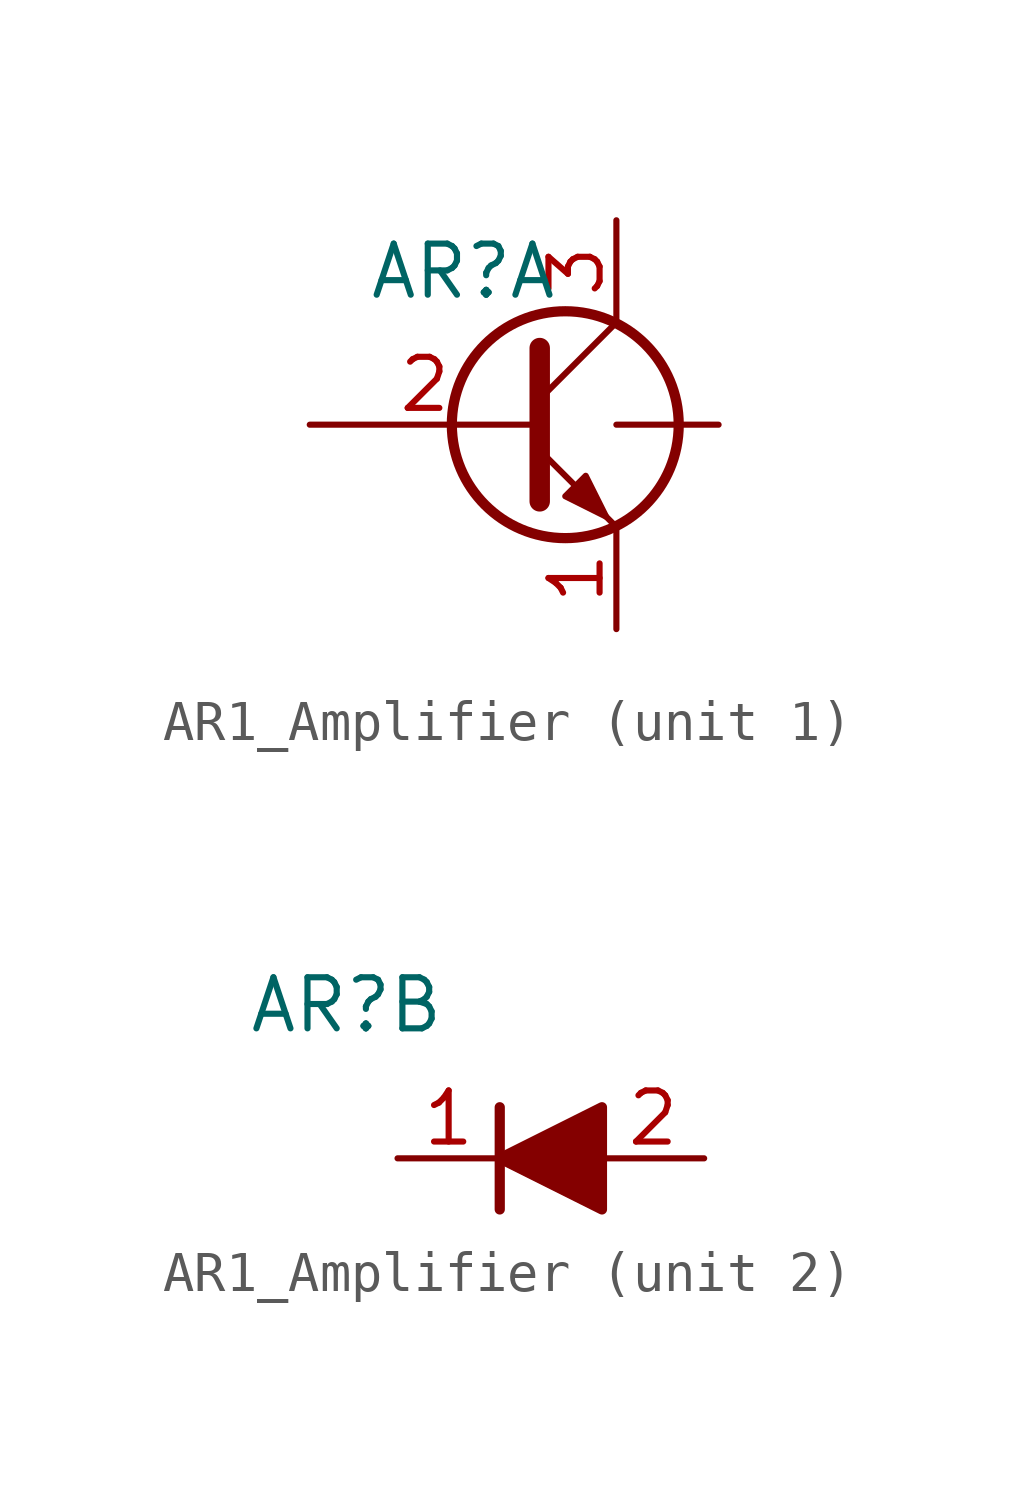
<source format=kicad_sym>
(kicad_symbol_lib
  (version 20211014)
  (generator kicad_symbol_editor)
  (symbol "AR1_Amplifier"
    (property "Reference" "AR"
      (at -3.81 3.81 0)
      (effects (font (size 1.27 1.27))))
    (symbol "AR1_Amplifier_0_1"
      (polyline (pts (xy 2.54 0) (xy 0 0)) (stroke (width 0) (type default) (color 0 0 0 0)) (fill (type none))))
    (symbol "AR1_Amplifier_1_1"
      (circle (center -1.27 0) (radius 2.819) (stroke (width 0.254) (type default) (color 0 0 0 0)) (fill (type none)))
      (polyline (pts (xy -1.905 0.635) (xy 0 2.54)) (stroke (width 0) (type default) (color 0 0 0 0)) (fill (type none)))
      (polyline (pts (xy -1.905 -0.635) (xy 0 -2.54) (xy 0 -2.54)) (stroke (width 0) (type default) (color 0 0 0 0)) (fill (type none)))
      (polyline (pts (xy -1.905 1.905) (xy -1.905 -1.905) (xy -1.905 -1.905)) (stroke (width 0.508) (type default) (color 0 0 0 0)) (fill (type none)))
      (polyline (pts (xy -1.27 -1.778) (xy -0.762 -1.27) (xy -0.254 -2.286) (xy -1.27 -1.778) (xy -1.27 -1.778)) (stroke (width 0) (type default) (color 0 0 0 0)) (fill (type outline)))
      (pin passive line (at 0 -5.08 90) (length 2.54) (name "" (effects (font (size 1.27 1.27)))) (number "1" (effects (font (size 1.27 1.27)))))
      (pin passive line (at -7.62 0 0) (length 5.715) (name "" (effects (font (size 1.27 1.27)))) (number "2" (effects (font (size 1.27 1.27)))))
      (pin passive line (at 0 5.08 270) (length 2.54) (name "" (effects (font (size 1.27 1.27)))) (number "3" (effects (font (size 1.27 1.27))))))
    (symbol "AR1_Amplifier_2_1"
      (polyline (pts (xy 0 1.27) (xy 0 -1.27)) (stroke (width 0.254) (type default) (color 0 0 0 0)) (fill (type none)))
      (polyline (pts (xy 2.54 1.27) (xy 2.54 -1.27) (xy 0 0) (xy 2.54 1.27)) (stroke (width 0.254) (type default) (color 0 0 0 0)) (fill (type outline)))
      (pin passive line (at -2.54 0 0) (length 2.54) (name "" (effects (font (size 1.27 1.27)))) (number "1" (effects (font (size 1.27 1.27)))))
      (pin passive line (at 5.08 0 180) (length 2.54) (name "" (effects (font (size 1.27 1.27)))) (number "2" (effects (font (size 1.27 1.27))))))))
</source>
